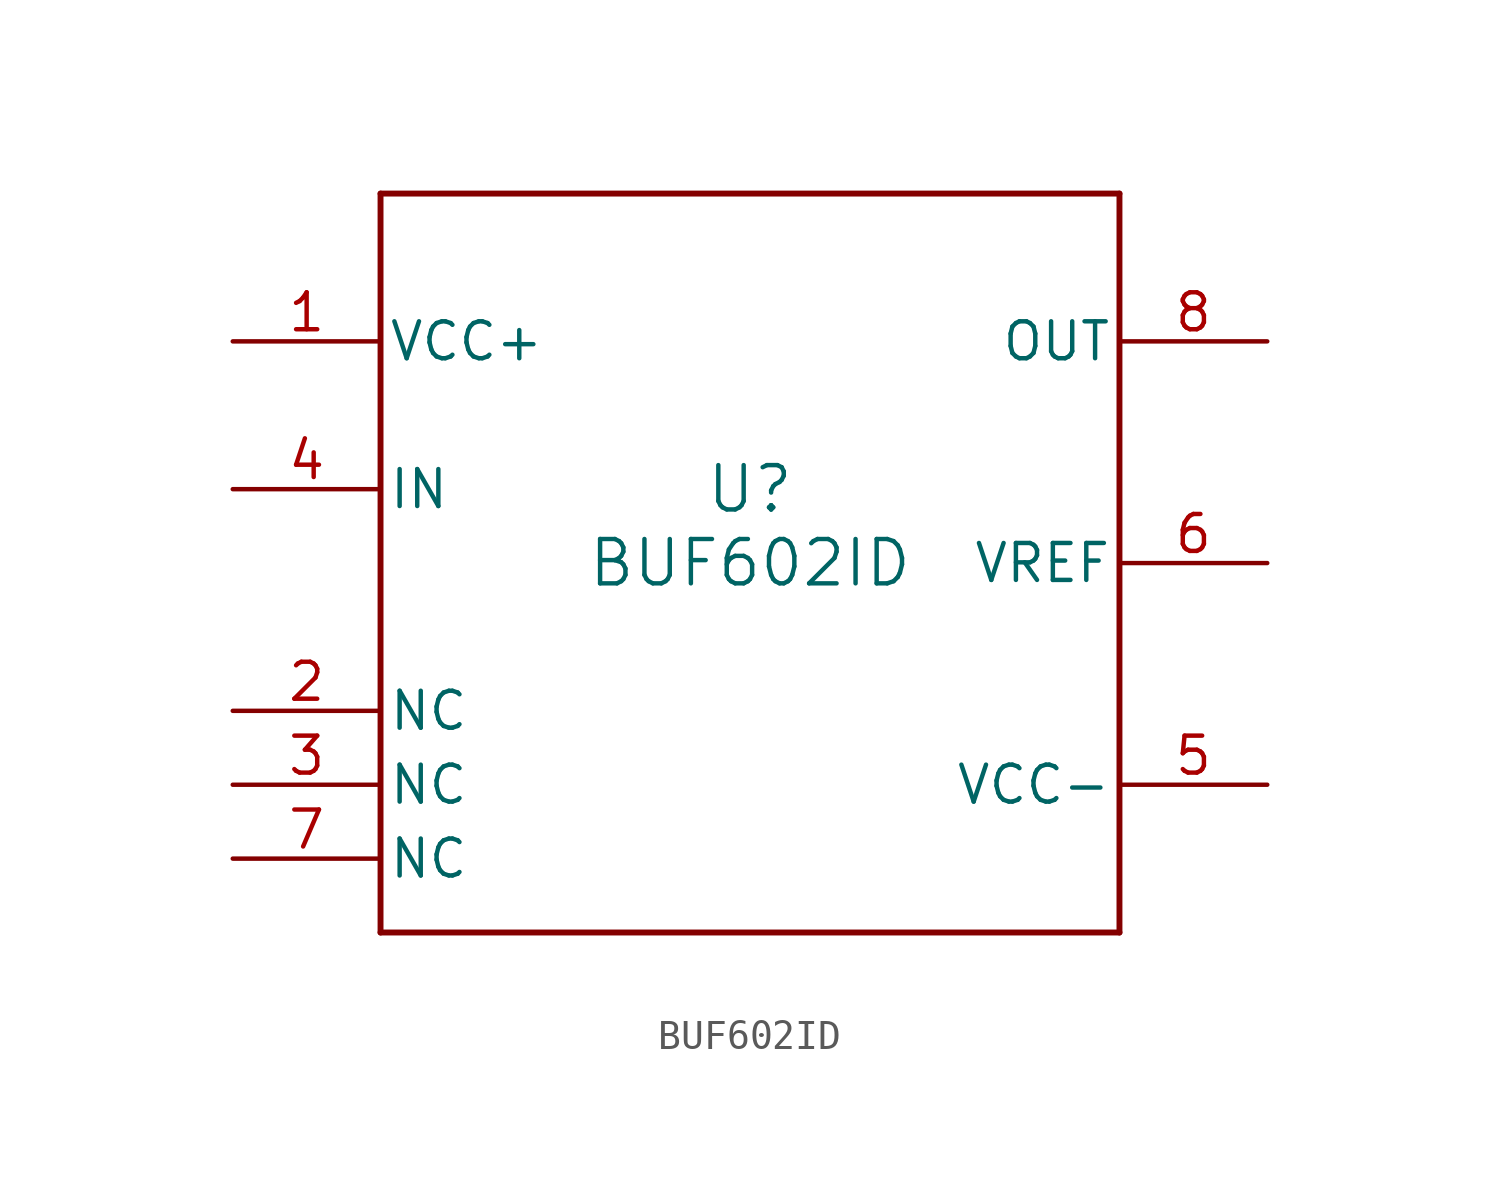
<source format=kicad_sym>
(kicad_symbol_lib
  (version 20211014)
  (generator kicad_symbol_editor)
  (symbol "BUF602ID"
    (pin_names
      (offset 0.254))
    (property "Reference" "U"
      (at 0 2.54 0)
      (effects (font (size 1.524 1.524))))
    (property "Value" "BUF602ID"
      (at 0 0 0)
      (effects (font (size 1.524 1.524))))
    (symbol "BUF602ID_0_1"
      (polyline (pts (xy -12.7 -12.7) (xy 12.7 -12.7)) (stroke (width 0.203) (type default) (color 0 0 0 0)) (fill (type none)))
      (polyline (pts (xy 12.7 -12.7) (xy 12.7 12.7)) (stroke (width 0.203) (type default) (color 0 0 0 0)) (fill (type none)))
      (polyline (pts (xy 12.7 12.7) (xy -12.7 12.7)) (stroke (width 0.203) (type default) (color 0 0 0 0)) (fill (type none)))
      (polyline (pts (xy -12.7 12.7) (xy -12.7 -12.7)) (stroke (width 0.203) (type default) (color 0 0 0 0)) (fill (type none)))
      (pin power_in line (at -17.78 7.62 0) (length 5.08) (name "VCC+" (effects (font (size 1.27 1.27)))) (number "1" (effects (font (size 1.27 1.27)))))
      (pin unspecified line (at -17.78 -5.08 0) (length 5.08) (name "NC" (effects (font (size 1.27 1.27)))) (number "2" (effects (font (size 1.27 1.27)))))
      (pin unspecified line (at -17.78 -7.62 0) (length 5.08) (name "NC" (effects (font (size 1.27 1.27)))) (number "3" (effects (font (size 1.27 1.27)))))
      (pin input line (at -17.78 2.54 0) (length 5.08) (name "IN" (effects (font (size 1.27 1.27)))) (number "4" (effects (font (size 1.27 1.27)))))
      (pin power_in line (at 17.78 -7.62 180) (length 5.08) (name "VCC-" (effects (font (size 1.27 1.27)))) (number "5" (effects (font (size 1.27 1.27)))))
      (pin output line (at 17.78 0 180) (length 5.08) (name "VREF" (effects (font (size 1.27 1.27)))) (number "6" (effects (font (size 1.27 1.27)))))
      (pin unspecified line (at -17.78 -10.16 0) (length 5.08) (name "NC" (effects (font (size 1.27 1.27)))) (number "7" (effects (font (size 1.27 1.27)))))
      (pin output line (at 17.78 7.62 180) (length 5.08) (name "OUT" (effects (font (size 1.27 1.27)))) (number "8" (effects (font (size 1.27 1.27))))))))
</source>
